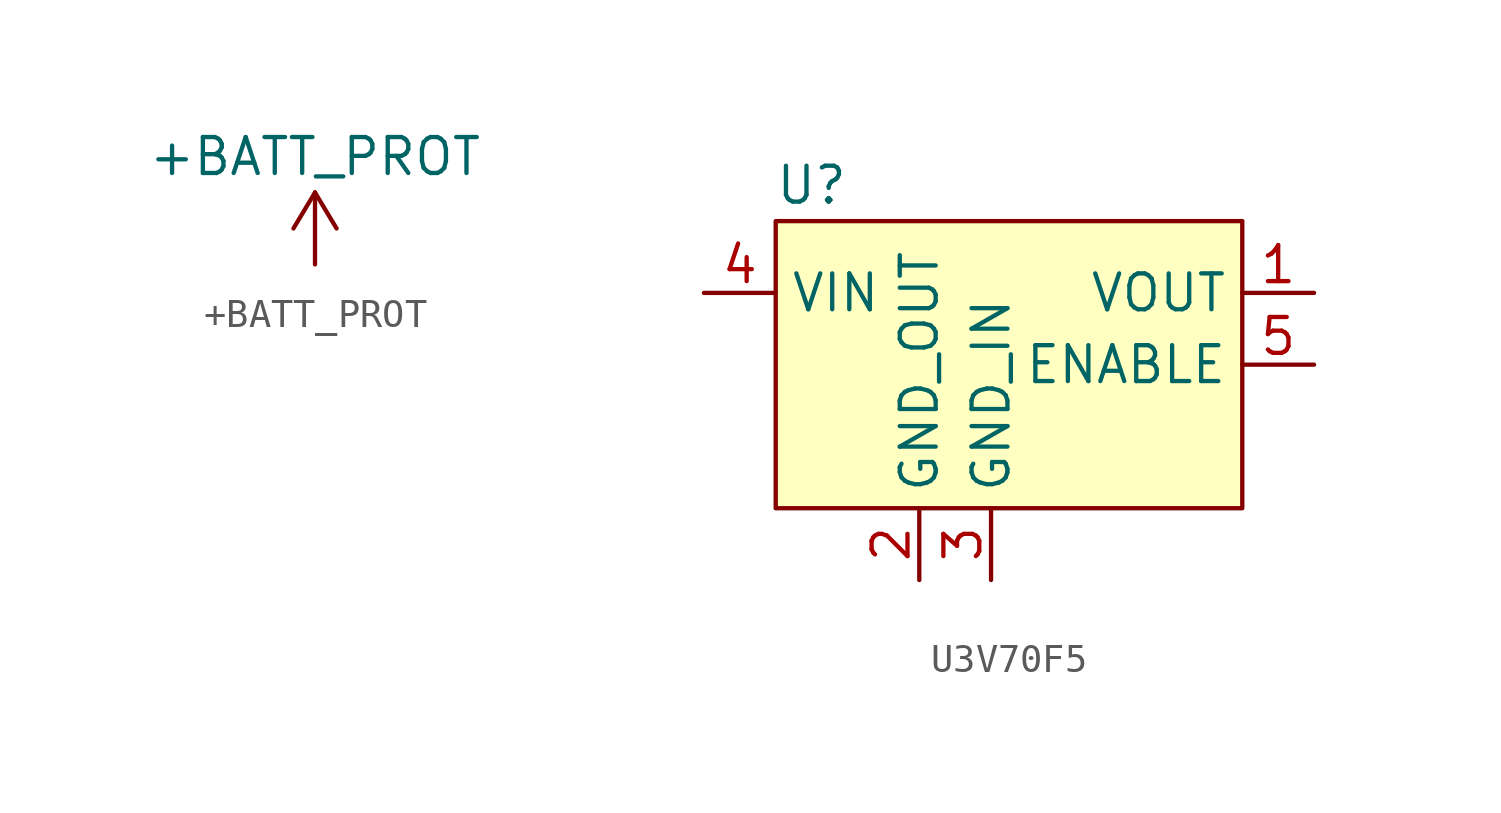
<source format=kicad_sym>
(kicad_symbol_lib
  (version 20220914)
  (generator kicad_symbol_editor)
  (symbol "+BATT_PROT"
    (power)
    (pin_names
      (offset 0))
    (property "Reference" "#PWR"
      (at 3.81 -2.54 0)
      (effects (font (size 1.27 1.27)) hide))
    (property "Value" "+BATT_PROT"
      (at 0 3.81 0)
      (effects (font (size 1.27 1.27))))
    (symbol "+BATT_PROT_0_1"
      (polyline (pts (xy -0.762 1.27) (xy 0 2.54)) (stroke (width 0) (type default)) (fill (type none)))
      (polyline (pts (xy 0 0) (xy 0 2.54)) (stroke (width 0) (type default)) (fill (type none)))
      (polyline (pts (xy 0 2.54) (xy 0.762 1.27)) (stroke (width 0) (type default)) (fill (type none))))
    (symbol "+BATT_PROT_1_1"
      (pin power_in line (at 0 0 90) (length 0) hide (name "+BATT_PROT" (effects (font (size 1.27 1.27)))) (number "1" (effects (font (size 1.27 1.27)))))))
  (symbol "U3V70F5"
    (property "Reference" "U"
      (at 1.27 1.27 0)
      (effects (font (size 1.27 1.27))))
    (property "Value" ""
      (at 0 0 0)
      (effects (font (size 1.27 1.27))))
    (symbol "U3V70F5_1_1"
      (rectangle (start 0 0) (end 16.51 -10.16) (stroke (width 0) (type default)) (fill (type background)))
      (pin power_out line (at 19.05 -2.54 180) (length 2.54) (name "VOUT" (effects (font (size 1.27 1.27)))) (number "1" (effects (font (size 1.27 1.27)))))
      (pin power_in line (at 5.08 -12.7 90) (length 2.54) (name "GND_OUT" (effects (font (size 1.27 1.27)))) (number "2" (effects (font (size 1.27 1.27)))))
      (pin power_in line (at 7.62 -12.7 90) (length 2.54) (name "GND_IN" (effects (font (size 1.27 1.27)))) (number "3" (effects (font (size 1.27 1.27)))))
      (pin power_in line (at -2.54 -2.54 0) (length 2.54) (name "VIN" (effects (font (size 1.27 1.27)))) (number "4" (effects (font (size 1.27 1.27)))))
      (pin input line (at 19.05 -5.08 180) (length 2.54) (name "ENABLE" (effects (font (size 1.27 1.27)))) (number "5" (effects (font (size 1.27 1.27))))))))
</source>
